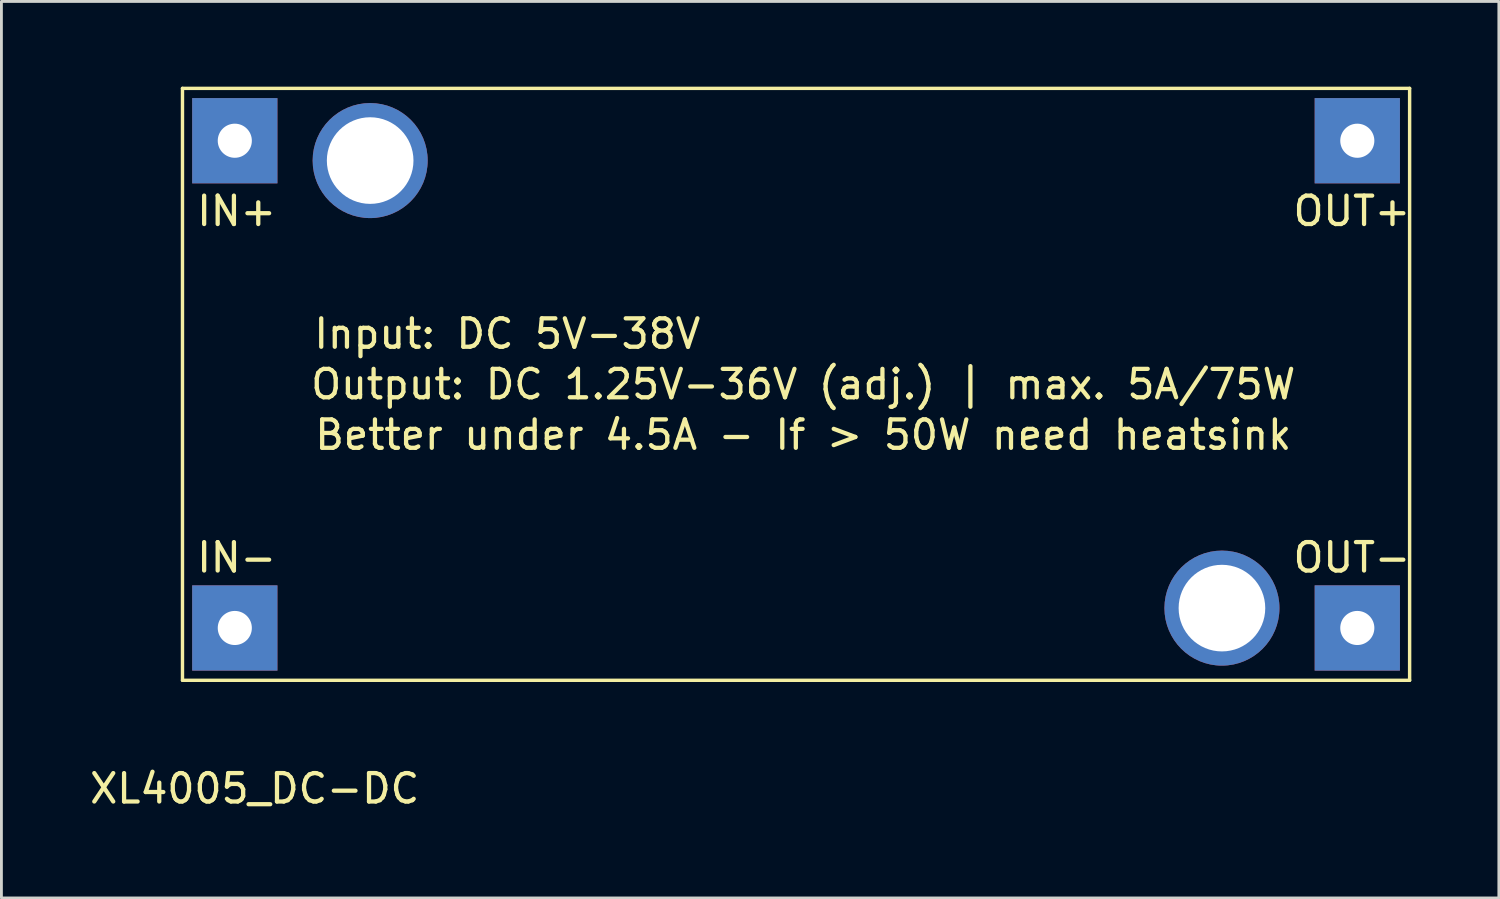
<source format=kicad_pcb>
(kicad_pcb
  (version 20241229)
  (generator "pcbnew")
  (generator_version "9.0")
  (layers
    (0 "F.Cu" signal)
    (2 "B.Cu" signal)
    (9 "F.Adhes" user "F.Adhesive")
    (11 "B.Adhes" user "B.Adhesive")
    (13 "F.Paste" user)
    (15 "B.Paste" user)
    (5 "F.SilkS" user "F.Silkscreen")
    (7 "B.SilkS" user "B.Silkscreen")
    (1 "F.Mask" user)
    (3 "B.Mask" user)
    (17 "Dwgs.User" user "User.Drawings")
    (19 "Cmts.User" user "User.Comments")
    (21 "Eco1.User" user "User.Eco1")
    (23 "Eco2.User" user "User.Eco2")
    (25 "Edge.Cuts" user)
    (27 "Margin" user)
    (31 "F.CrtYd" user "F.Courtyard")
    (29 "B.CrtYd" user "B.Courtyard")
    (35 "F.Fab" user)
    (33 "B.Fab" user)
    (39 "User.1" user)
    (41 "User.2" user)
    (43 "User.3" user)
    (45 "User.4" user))
  (footprint "XL4005_DC-DC"
    (layer "F.Cu")
    (at 3.371 20.888)
    (property "Reference" "XL4005_DC-DC" (at 2.54 3.81 0) (layer "F.SilkS") (effects (font (size 1 1) (thickness 0.15))))
    (attr through_hole)
    (fp_line (start 0 -20.828) (end 43.18 -20.828) (stroke (width 0.12) (type solid)) (layer "F.SilkS"))
    (fp_line (start 0 0) (end 0 -20.828) (stroke (width 0.12) (type solid)) (layer "F.SilkS"))
    (fp_line (start 43.18 -20.828) (end 43.18 0) (stroke (width 0.12) (type solid)) (layer "F.SilkS"))
    (fp_line (start 43.18 0) (end 0 0) (stroke (width 0.12) (type solid)) (layer "F.SilkS"))
    (fp_text user "OUT+" (at 41.148 -16.51 0) (layer "F.SilkS") (effects (font (size 1 1) (thickness 0.15))))
    (fp_text user "IN+" (at 1.905 -16.51 0) (layer "F.SilkS") (effects (font (size 1 1) (thickness 0.15))))
    (fp_text user "Input: DC 5V-38V" (at 11.43 -12.192 0) (layer "F.SilkS") (effects (font (size 1 1) (thickness 0.15))))
    (fp_text user "OUT-" (at 41.148 -4.318 0) (layer "F.SilkS") (effects (font (size 1 1) (thickness 0.15))))
    (fp_text user "Output: DC 1.25V-36V (adj.) | max. 5A/75W" (at 21.844 -10.414 0) (layer "F.SilkS") (effects (font (size 1 1) (thickness 0.15))))
    (fp_text user "IN-" (at 1.905 -4.318 0) (layer "F.SilkS") (effects (font (size 1 1) (thickness 0.15))))
    (fp_text user "Better under 4.5A - If > 50W need heatsink" (at 21.844 -8.636 0) (layer "F.SilkS") (effects (font (size 1 1) (thickness 0.15))))
    (pad "" thru_hole circle (at 6.604 -18.288) (size 4.048 4.048) (drill 3.048) (layers "*.Cu" "*.Mask"))
    (pad "" thru_hole circle (at 36.576 -2.54) (size 4.048 4.048) (drill 3.048) (layers "*.Cu" "*.Mask"))
    (pad "1" thru_hole rect (at 1.841 -18.986) (size 3 3) (drill 1.2) (layers "*.Cu" "*.Mask"))
    (pad "2" thru_hole rect (at 1.841 -1.841) (size 3 3) (drill 1.2) (layers "*.Cu" "*.Mask"))
    (pad "3" thru_hole rect (at 41.339 -18.986) (size 3 3) (drill 1.2) (layers "*.Cu" "*.Mask"))
    (pad "4" thru_hole rect (at 41.339 -1.841) (size 3 3) (drill 1.2) (layers "*.Cu" "*.Mask")))
  (gr_rect
    (start -3 -3)
    (end 49.691 28.546)
    (stroke (width 0.1) (type default))
    (fill no)
    (layer "Edge.Cuts")))
</source>
